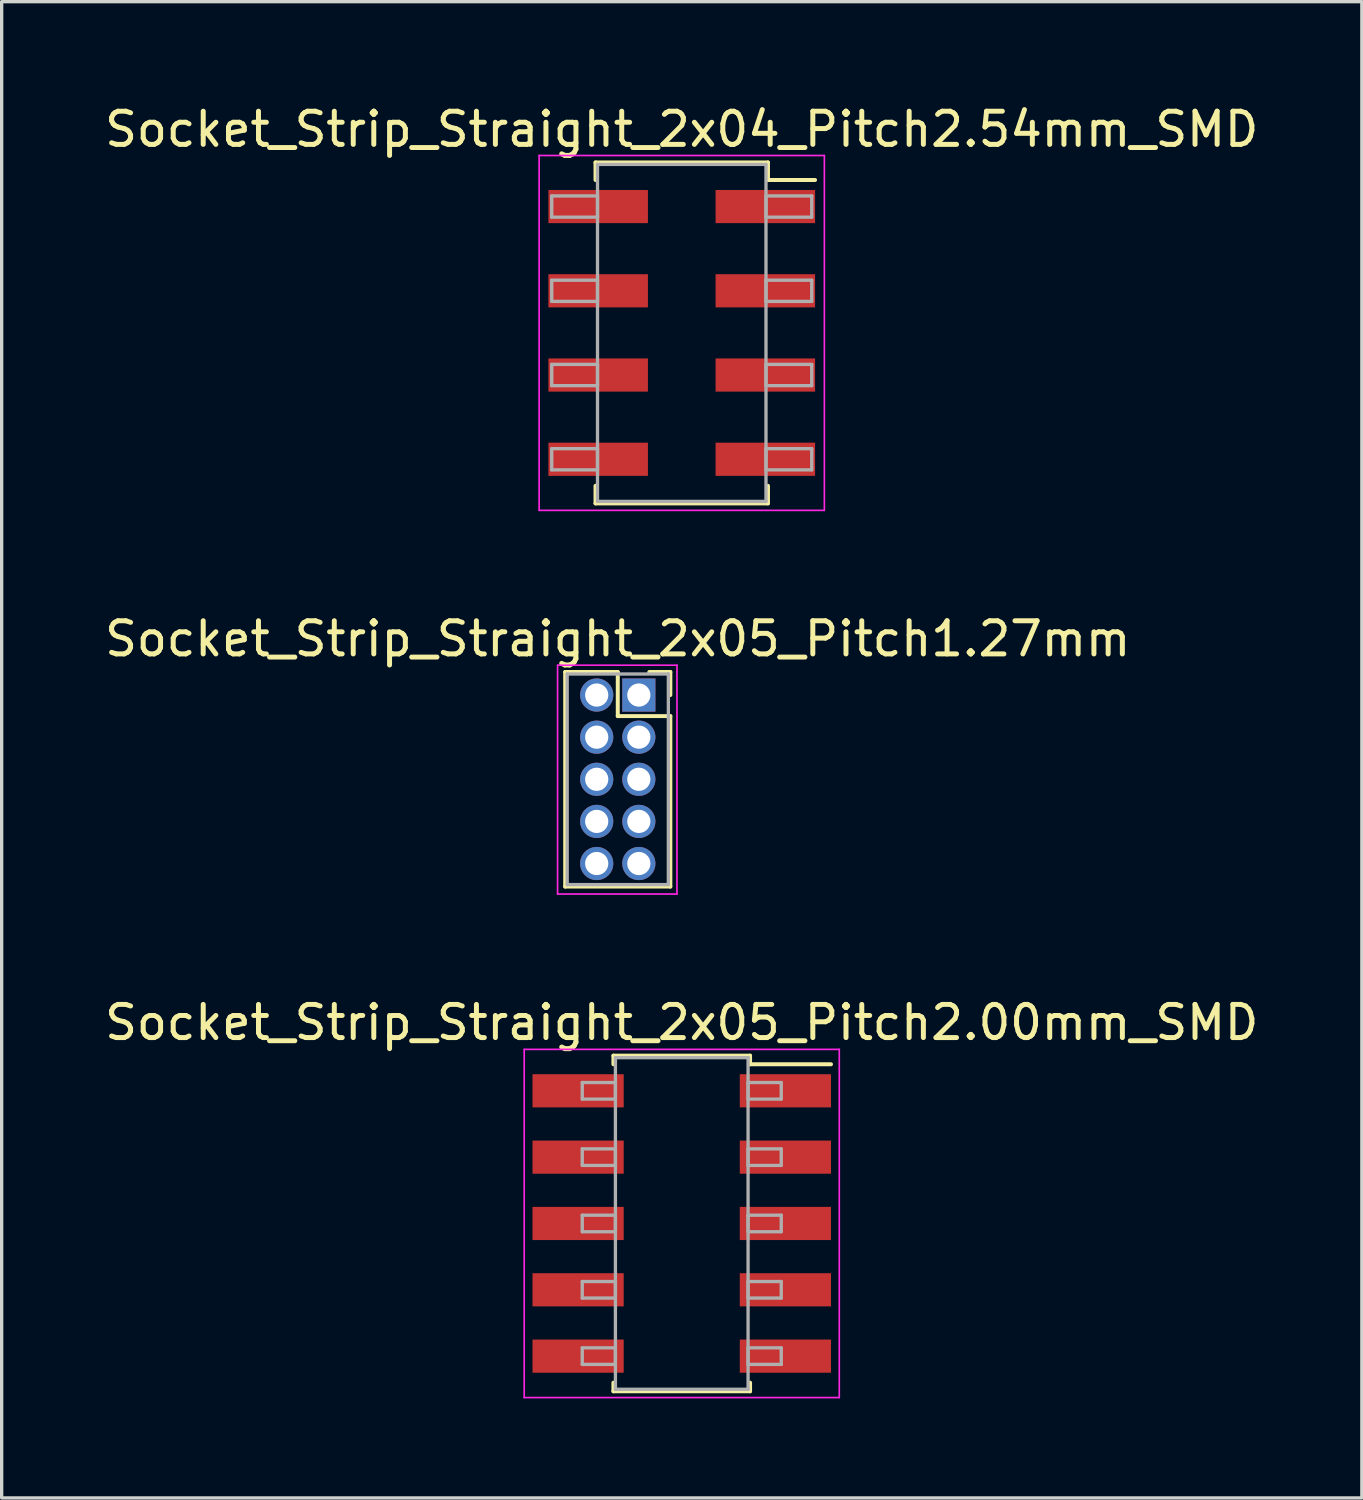
<source format=kicad_pcb>
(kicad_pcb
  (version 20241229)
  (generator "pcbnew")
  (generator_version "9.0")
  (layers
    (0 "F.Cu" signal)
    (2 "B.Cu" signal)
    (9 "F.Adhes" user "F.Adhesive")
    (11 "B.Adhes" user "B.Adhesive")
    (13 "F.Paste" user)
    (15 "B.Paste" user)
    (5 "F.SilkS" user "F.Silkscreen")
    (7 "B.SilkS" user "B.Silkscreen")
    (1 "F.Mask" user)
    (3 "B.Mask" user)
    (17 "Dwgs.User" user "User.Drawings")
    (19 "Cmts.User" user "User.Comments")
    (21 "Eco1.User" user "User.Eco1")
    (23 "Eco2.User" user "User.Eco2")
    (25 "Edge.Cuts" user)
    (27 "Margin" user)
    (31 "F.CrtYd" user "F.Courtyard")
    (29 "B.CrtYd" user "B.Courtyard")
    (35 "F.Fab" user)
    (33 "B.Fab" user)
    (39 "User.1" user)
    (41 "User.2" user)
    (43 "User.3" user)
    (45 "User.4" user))
  (footprint "Socket_Strip_Straight_2x04_Pitch2.54mm_SMD"
    (layer "F.Cu")
    (at 17.506 6.988)
    (property "Reference" "Socket_Strip_Straight_2x04_Pitch2.54mm_SMD" (at 0 -6.14 0) (layer "F.SilkS") (effects (font (size 1 1) (thickness 0.15))))
    (attr smd)
    (fp_line (start -2.6 -5.14) (end 2.6 -5.14) (stroke (width 0.12) (type solid)) (layer "F.SilkS"))
    (fp_line (start -2.6 -4.61) (end -2.6 -5.14) (stroke (width 0.12) (type solid)) (layer "F.SilkS"))
    (fp_line (start -2.6 4.61) (end -2.6 5.14) (stroke (width 0.12) (type solid)) (layer "F.SilkS"))
    (fp_line (start -2.6 5.14) (end 2.6 5.14) (stroke (width 0.12) (type solid)) (layer "F.SilkS"))
    (fp_line (start 2.6 -5.14) (end 2.6 -4.61) (stroke (width 0.12) (type solid)) (layer "F.SilkS"))
    (fp_line (start 2.6 5.14) (end 2.6 4.61) (stroke (width 0.12) (type solid)) (layer "F.SilkS"))
    (fp_line (start 4.02 -4.61) (end 2.6 -4.61) (stroke (width 0.12) (type solid)) (layer "F.SilkS"))
    (fp_line (start -4.3 -5.35) (end -4.3 5.35) (stroke (width 0.05) (type solid)) (layer "F.CrtYd"))
    (fp_line (start -4.3 5.35) (end 4.3 5.35) (stroke (width 0.05) (type solid)) (layer "F.CrtYd"))
    (fp_line (start 4.3 -5.35) (end -4.3 -5.35) (stroke (width 0.05) (type solid)) (layer "F.CrtYd"))
    (fp_line (start 4.3 5.35) (end 4.3 -5.35) (stroke (width 0.05) (type solid)) (layer "F.CrtYd"))
    (fp_line (start -3.92 -4.13) (end -2.54 -4.13) (stroke (width 0.1) (type solid)) (layer "F.Fab"))
    (fp_line (start -3.92 -3.49) (end -3.92 -4.13) (stroke (width 0.1) (type solid)) (layer "F.Fab"))
    (fp_line (start -3.92 -1.59) (end -2.54 -1.59) (stroke (width 0.1) (type solid)) (layer "F.Fab"))
    (fp_line (start -3.92 -0.95) (end -3.92 -1.59) (stroke (width 0.1) (type solid)) (layer "F.Fab"))
    (fp_line (start -3.92 0.95) (end -2.54 0.95) (stroke (width 0.1) (type solid)) (layer "F.Fab"))
    (fp_line (start -3.92 1.59) (end -3.92 0.95) (stroke (width 0.1) (type solid)) (layer "F.Fab"))
    (fp_line (start -3.92 3.49) (end -2.54 3.49) (stroke (width 0.1) (type solid)) (layer "F.Fab"))
    (fp_line (start -3.92 4.13) (end -3.92 3.49) (stroke (width 0.1) (type solid)) (layer "F.Fab"))
    (fp_line (start -2.54 -5.08) (end -2.54 5.08) (stroke (width 0.1) (type solid)) (layer "F.Fab"))
    (fp_line (start -2.54 -4.13) (end -2.54 -3.49) (stroke (width 0.1) (type solid)) (layer "F.Fab"))
    (fp_line (start -2.54 -3.49) (end -3.92 -3.49) (stroke (width 0.1) (type solid)) (layer "F.Fab"))
    (fp_line (start -2.54 -1.59) (end -2.54 -0.95) (stroke (width 0.1) (type solid)) (layer "F.Fab"))
    (fp_line (start -2.54 -0.95) (end -3.92 -0.95) (stroke (width 0.1) (type solid)) (layer "F.Fab"))
    (fp_line (start -2.54 0.95) (end -2.54 1.59) (stroke (width 0.1) (type solid)) (layer "F.Fab"))
    (fp_line (start -2.54 1.59) (end -3.92 1.59) (stroke (width 0.1) (type solid)) (layer "F.Fab"))
    (fp_line (start -2.54 3.49) (end -2.54 4.13) (stroke (width 0.1) (type solid)) (layer "F.Fab"))
    (fp_line (start -2.54 4.13) (end -3.92 4.13) (stroke (width 0.1) (type solid)) (layer "F.Fab"))
    (fp_line (start -2.54 5.08) (end 2.54 5.08) (stroke (width 0.1) (type solid)) (layer "F.Fab"))
    (fp_line (start 2.54 -5.08) (end -2.54 -5.08) (stroke (width 0.1) (type solid)) (layer "F.Fab"))
    (fp_line (start 2.54 -4.13) (end 2.54 -3.49) (stroke (width 0.1) (type solid)) (layer "F.Fab"))
    (fp_line (start 2.54 -3.49) (end 3.92 -3.49) (stroke (width 0.1) (type solid)) (layer "F.Fab"))
    (fp_line (start 2.54 -1.59) (end 2.54 -0.95) (stroke (width 0.1) (type solid)) (layer "F.Fab"))
    (fp_line (start 2.54 -0.95) (end 3.92 -0.95) (stroke (width 0.1) (type solid)) (layer "F.Fab"))
    (fp_line (start 2.54 0.95) (end 2.54 1.59) (stroke (width 0.1) (type solid)) (layer "F.Fab"))
    (fp_line (start 2.54 1.59) (end 3.92 1.59) (stroke (width 0.1) (type solid)) (layer "F.Fab"))
    (fp_line (start 2.54 3.49) (end 2.54 4.13) (stroke (width 0.1) (type solid)) (layer "F.Fab"))
    (fp_line (start 2.54 4.13) (end 3.92 4.13) (stroke (width 0.1) (type solid)) (layer "F.Fab"))
    (fp_line (start 2.54 5.08) (end 2.54 -5.08) (stroke (width 0.1) (type solid)) (layer "F.Fab"))
    (fp_line (start 3.92 -4.13) (end 2.54 -4.13) (stroke (width 0.1) (type solid)) (layer "F.Fab"))
    (fp_line (start 3.92 -3.49) (end 3.92 -4.13) (stroke (width 0.1) (type solid)) (layer "F.Fab"))
    (fp_line (start 3.92 -1.59) (end 2.54 -1.59) (stroke (width 0.1) (type solid)) (layer "F.Fab"))
    (fp_line (start 3.92 -0.95) (end 3.92 -1.59) (stroke (width 0.1) (type solid)) (layer "F.Fab"))
    (fp_line (start 3.92 0.95) (end 2.54 0.95) (stroke (width 0.1) (type solid)) (layer "F.Fab"))
    (fp_line (start 3.92 1.59) (end 3.92 0.95) (stroke (width 0.1) (type solid)) (layer "F.Fab"))
    (fp_line (start 3.92 3.49) (end 2.54 3.49) (stroke (width 0.1) (type solid)) (layer "F.Fab"))
    (fp_line (start 3.92 4.13) (end 3.92 3.49) (stroke (width 0.1) (type solid)) (layer "F.Fab"))
    (pad "1" smd rect (at 2.52 -3.81) (size 3 1) (layers "F.Cu" "F.Mask"))
    (pad "2" smd rect (at -2.52 -3.81) (size 3 1) (layers "F.Cu" "F.Mask"))
    (pad "3" smd rect (at 2.52 -1.27) (size 3 1) (layers "F.Cu" "F.Mask"))
    (pad "4" smd rect (at -2.52 -1.27) (size 3 1) (layers "F.Cu" "F.Mask"))
    (pad "5" smd rect (at 2.52 1.27) (size 3 1) (layers "F.Cu" "F.Mask"))
    (pad "6" smd rect (at -2.52 1.27) (size 3 1) (layers "F.Cu" "F.Mask"))
    (pad "7" smd rect (at 2.52 3.81) (size 3 1) (layers "F.Cu" "F.Mask"))
    (pad "8" smd rect (at -2.52 3.81) (size 3 1) (layers "F.Cu" "F.Mask")))
  (footprint "Socket_Strip_Straight_2x05_Pitch2.00mm_SMD"
    (layer "F.Cu")
    (at 17.506 33.84)
    (property "Reference" "Socket_Strip_Straight_2x05_Pitch2.00mm_SMD" (at 0 -6.06 0) (layer "F.SilkS") (effects (font (size 1 1) (thickness 0.15))))
    (attr smd)
    (fp_line (start -2.06 -5.06) (end 2.06 -5.06) (stroke (width 0.12) (type solid)) (layer "F.SilkS"))
    (fp_line (start -2.06 -4.8) (end -2.06 -5.06) (stroke (width 0.12) (type solid)) (layer "F.SilkS"))
    (fp_line (start -2.06 4.8) (end -2.06 5.06) (stroke (width 0.12) (type solid)) (layer "F.SilkS"))
    (fp_line (start -2.06 5.06) (end 2.06 5.06) (stroke (width 0.12) (type solid)) (layer "F.SilkS"))
    (fp_line (start 2.06 -5.06) (end 2.06 -4.8) (stroke (width 0.12) (type solid)) (layer "F.SilkS"))
    (fp_line (start 2.06 5.06) (end 2.06 4.8) (stroke (width 0.12) (type solid)) (layer "F.SilkS"))
    (fp_line (start 4.5 -4.8) (end 2.06 -4.8) (stroke (width 0.12) (type solid)) (layer "F.SilkS"))
    (fp_line (start -4.75 -5.25) (end -4.75 5.25) (stroke (width 0.05) (type solid)) (layer "F.CrtYd"))
    (fp_line (start -4.75 5.25) (end 4.75 5.25) (stroke (width 0.05) (type solid)) (layer "F.CrtYd"))
    (fp_line (start 4.75 -5.25) (end -4.75 -5.25) (stroke (width 0.05) (type solid)) (layer "F.CrtYd"))
    (fp_line (start 4.75 5.25) (end 4.75 -5.25) (stroke (width 0.05) (type solid)) (layer "F.CrtYd"))
    (fp_line (start -3 -4.25) (end -2 -4.25) (stroke (width 0.1) (type solid)) (layer "F.Fab"))
    (fp_line (start -3 -3.75) (end -3 -4.25) (stroke (width 0.1) (type solid)) (layer "F.Fab"))
    (fp_line (start -3 -2.25) (end -2 -2.25) (stroke (width 0.1) (type solid)) (layer "F.Fab"))
    (fp_line (start -3 -1.75) (end -3 -2.25) (stroke (width 0.1) (type solid)) (layer "F.Fab"))
    (fp_line (start -3 -0.25) (end -2 -0.25) (stroke (width 0.1) (type solid)) (layer "F.Fab"))
    (fp_line (start -3 0.25) (end -3 -0.25) (stroke (width 0.1) (type solid)) (layer "F.Fab"))
    (fp_line (start -3 1.75) (end -2 1.75) (stroke (width 0.1) (type solid)) (layer "F.Fab"))
    (fp_line (start -3 2.25) (end -3 1.75) (stroke (width 0.1) (type solid)) (layer "F.Fab"))
    (fp_line (start -3 3.75) (end -2 3.75) (stroke (width 0.1) (type solid)) (layer "F.Fab"))
    (fp_line (start -3 4.25) (end -3 3.75) (stroke (width 0.1) (type solid)) (layer "F.Fab"))
    (fp_line (start -2 -5) (end -2 5) (stroke (width 0.1) (type solid)) (layer "F.Fab"))
    (fp_line (start -2 -4.25) (end -2 -3.75) (stroke (width 0.1) (type solid)) (layer "F.Fab"))
    (fp_line (start -2 -3.75) (end -3 -3.75) (stroke (width 0.1) (type solid)) (layer "F.Fab"))
    (fp_line (start -2 -2.25) (end -2 -1.75) (stroke (width 0.1) (type solid)) (layer "F.Fab"))
    (fp_line (start -2 -1.75) (end -3 -1.75) (stroke (width 0.1) (type solid)) (layer "F.Fab"))
    (fp_line (start -2 -0.25) (end -2 0.25) (stroke (width 0.1) (type solid)) (layer "F.Fab"))
    (fp_line (start -2 0.25) (end -3 0.25) (stroke (width 0.1) (type solid)) (layer "F.Fab"))
    (fp_line (start -2 1.75) (end -2 2.25) (stroke (width 0.1) (type solid)) (layer "F.Fab"))
    (fp_line (start -2 2.25) (end -3 2.25) (stroke (width 0.1) (type solid)) (layer "F.Fab"))
    (fp_line (start -2 3.75) (end -2 4.25) (stroke (width 0.1) (type solid)) (layer "F.Fab"))
    (fp_line (start -2 4.25) (end -3 4.25) (stroke (width 0.1) (type solid)) (layer "F.Fab"))
    (fp_line (start -2 5) (end 2 5) (stroke (width 0.1) (type solid)) (layer "F.Fab"))
    (fp_line (start 2 -5) (end -2 -5) (stroke (width 0.1) (type solid)) (layer "F.Fab"))
    (fp_line (start 2 -4.25) (end 2 -3.75) (stroke (width 0.1) (type solid)) (layer "F.Fab"))
    (fp_line (start 2 -3.75) (end 3 -3.75) (stroke (width 0.1) (type solid)) (layer "F.Fab"))
    (fp_line (start 2 -2.25) (end 2 -1.75) (stroke (width 0.1) (type solid)) (layer "F.Fab"))
    (fp_line (start 2 -1.75) (end 3 -1.75) (stroke (width 0.1) (type solid)) (layer "F.Fab"))
    (fp_line (start 2 -0.25) (end 2 0.25) (stroke (width 0.1) (type solid)) (layer "F.Fab"))
    (fp_line (start 2 0.25) (end 3 0.25) (stroke (width 0.1) (type solid)) (layer "F.Fab"))
    (fp_line (start 2 1.75) (end 2 2.25) (stroke (width 0.1) (type solid)) (layer "F.Fab"))
    (fp_line (start 2 2.25) (end 3 2.25) (stroke (width 0.1) (type solid)) (layer "F.Fab"))
    (fp_line (start 2 3.75) (end 2 4.25) (stroke (width 0.1) (type solid)) (layer "F.Fab"))
    (fp_line (start 2 4.25) (end 3 4.25) (stroke (width 0.1) (type solid)) (layer "F.Fab"))
    (fp_line (start 2 5) (end 2 -5) (stroke (width 0.1) (type solid)) (layer "F.Fab"))
    (fp_line (start 3 -4.25) (end 2 -4.25) (stroke (width 0.1) (type solid)) (layer "F.Fab"))
    (fp_line (start 3 -3.75) (end 3 -4.25) (stroke (width 0.1) (type solid)) (layer "F.Fab"))
    (fp_line (start 3 -2.25) (end 2 -2.25) (stroke (width 0.1) (type solid)) (layer "F.Fab"))
    (fp_line (start 3 -1.75) (end 3 -2.25) (stroke (width 0.1) (type solid)) (layer "F.Fab"))
    (fp_line (start 3 -0.25) (end 2 -0.25) (stroke (width 0.1) (type solid)) (layer "F.Fab"))
    (fp_line (start 3 0.25) (end 3 -0.25) (stroke (width 0.1) (type solid)) (layer "F.Fab"))
    (fp_line (start 3 1.75) (end 2 1.75) (stroke (width 0.1) (type solid)) (layer "F.Fab"))
    (fp_line (start 3 2.25) (end 3 1.75) (stroke (width 0.1) (type solid)) (layer "F.Fab"))
    (fp_line (start 3 3.75) (end 2 3.75) (stroke (width 0.1) (type solid)) (layer "F.Fab"))
    (fp_line (start 3 4.25) (end 3 3.75) (stroke (width 0.1) (type solid)) (layer "F.Fab"))
    (pad "1" smd rect (at 3.125 -4) (size 2.75 1) (layers "F.Cu" "F.Mask"))
    (pad "2" smd rect (at -3.125 -4) (size 2.75 1) (layers "F.Cu" "F.Mask"))
    (pad "3" smd rect (at 3.125 -2) (size 2.75 1) (layers "F.Cu" "F.Mask"))
    (pad "4" smd rect (at -3.125 -2) (size 2.75 1) (layers "F.Cu" "F.Mask"))
    (pad "5" smd rect (at 3.125 0) (size 2.75 1) (layers "F.Cu" "F.Mask"))
    (pad "6" smd rect (at -3.125 0) (size 2.75 1) (layers "F.Cu" "F.Mask"))
    (pad "7" smd rect (at 3.125 2) (size 2.75 1) (layers "F.Cu" "F.Mask"))
    (pad "8" smd rect (at -3.125 2) (size 2.75 1) (layers "F.Cu" "F.Mask"))
    (pad "9" smd rect (at 3.125 4) (size 2.75 1) (layers "F.Cu" "F.Mask"))
    (pad "10" smd rect (at -3.125 4) (size 2.75 1) (layers "F.Cu" "F.Mask")))
  (footprint "Socket_Strip_Straight_2x05_Pitch1.27mm"
    (layer "F.Cu")
    (at 16.212 17.907)
    (property "Reference" "Socket_Strip_Straight_2x05_Pitch1.27mm" (at -0.635 -1.695 0) (layer "F.SilkS") (effects (font (size 1 1) (thickness 0.15))))
    (attr through_hole)
    (fp_line (start -2.22 -0.695) (end -0.635 -0.695) (stroke (width 0.12) (type solid)) (layer "F.SilkS"))
    (fp_line (start -2.22 5.775) (end -2.22 -0.695) (stroke (width 0.12) (type solid)) (layer "F.SilkS"))
    (fp_line (start -0.635 -0.695) (end -0.635 0.635) (stroke (width 0.12) (type solid)) (layer "F.SilkS"))
    (fp_line (start -0.635 0.635) (end 0.95 0.635) (stroke (width 0.12) (type solid)) (layer "F.SilkS"))
    (fp_line (start 0.95 -0.695) (end 0.315 -0.695) (stroke (width 0.12) (type solid)) (layer "F.SilkS"))
    (fp_line (start 0.95 0) (end 0.95 -0.695) (stroke (width 0.12) (type solid)) (layer "F.SilkS"))
    (fp_line (start 0.95 0.635) (end 0.95 5.775) (stroke (width 0.12) (type solid)) (layer "F.SilkS"))
    (fp_line (start 0.95 5.775) (end -2.22 5.775) (stroke (width 0.12) (type solid)) (layer "F.SilkS"))
    (fp_line (start -2.45 -0.9) (end -2.45 6) (stroke (width 0.05) (type solid)) (layer "F.CrtYd"))
    (fp_line (start -2.45 6) (end 1.15 6) (stroke (width 0.05) (type solid)) (layer "F.CrtYd"))
    (fp_line (start 1.15 -0.9) (end -2.45 -0.9) (stroke (width 0.05) (type solid)) (layer "F.CrtYd"))
    (fp_line (start 1.15 6) (end 1.15 -0.9) (stroke (width 0.05) (type solid)) (layer "F.CrtYd"))
    (fp_line (start -2.16 -0.635) (end -2.16 5.715) (stroke (width 0.1) (type solid)) (layer "F.Fab"))
    (fp_line (start -2.16 5.715) (end 0.89 5.715) (stroke (width 0.1) (type solid)) (layer "F.Fab"))
    (fp_line (start 0.89 -0.635) (end -2.16 -0.635) (stroke (width 0.1) (type solid)) (layer "F.Fab"))
    (fp_line (start 0.89 5.715) (end 0.89 -0.635) (stroke (width 0.1) (type solid)) (layer "F.Fab"))
    (pad "1" thru_hole rect (at 0 0) (size 1 1) (drill 0.7) (layers "*.Cu" "*.Mask"))
    (pad "2" thru_hole oval (at -1.27 0) (size 1 1) (drill 0.7) (layers "*.Cu" "*.Mask"))
    (pad "3" thru_hole oval (at 0 1.27) (size 1 1) (drill 0.7) (layers "*.Cu" "*.Mask"))
    (pad "4" thru_hole oval (at -1.27 1.27) (size 1 1) (drill 0.7) (layers "*.Cu" "*.Mask"))
    (pad "5" thru_hole oval (at 0 2.54) (size 1 1) (drill 0.7) (layers "*.Cu" "*.Mask"))
    (pad "6" thru_hole oval (at -1.27 2.54) (size 1 1) (drill 0.7) (layers "*.Cu" "*.Mask"))
    (pad "7" thru_hole oval (at 0 3.81) (size 1 1) (drill 0.7) (layers "*.Cu" "*.Mask"))
    (pad "8" thru_hole oval (at -1.27 3.81) (size 1 1) (drill 0.7) (layers "*.Cu" "*.Mask"))
    (pad "9" thru_hole oval (at 0 5.08) (size 1 1) (drill 0.7) (layers "*.Cu" "*.Mask"))
    (pad "10" thru_hole oval (at -1.27 5.08) (size 1 1) (drill 0.7) (layers "*.Cu" "*.Mask")))
  (gr_rect
    (start -3 -3)
    (end 38.012 42.115)
    (stroke (width 0.1) (type default))
    (fill no)
    (layer "Edge.Cuts")))
</source>
